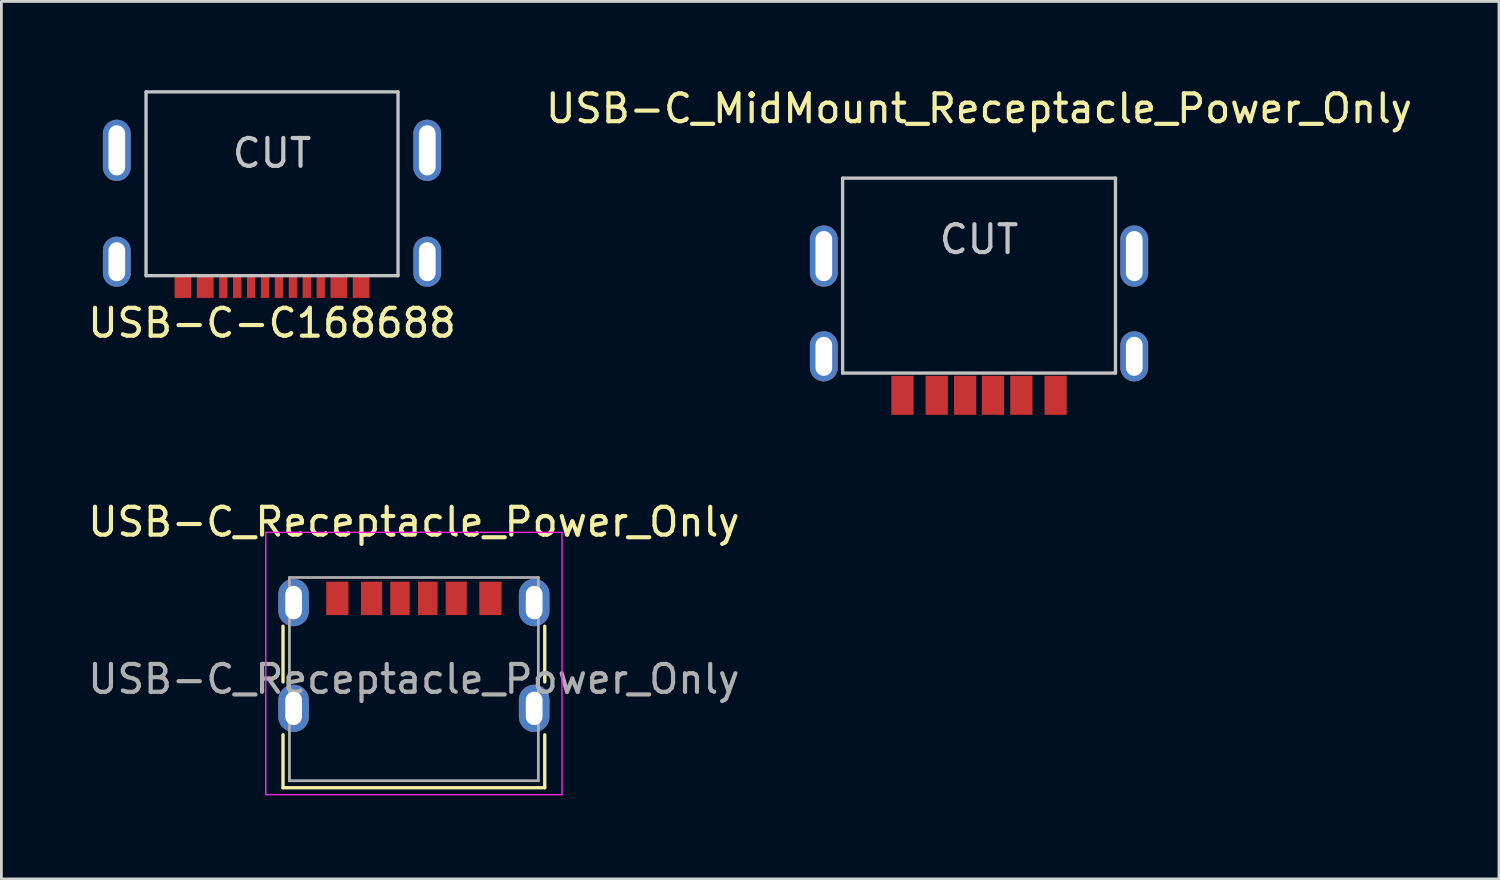
<source format=kicad_pcb>
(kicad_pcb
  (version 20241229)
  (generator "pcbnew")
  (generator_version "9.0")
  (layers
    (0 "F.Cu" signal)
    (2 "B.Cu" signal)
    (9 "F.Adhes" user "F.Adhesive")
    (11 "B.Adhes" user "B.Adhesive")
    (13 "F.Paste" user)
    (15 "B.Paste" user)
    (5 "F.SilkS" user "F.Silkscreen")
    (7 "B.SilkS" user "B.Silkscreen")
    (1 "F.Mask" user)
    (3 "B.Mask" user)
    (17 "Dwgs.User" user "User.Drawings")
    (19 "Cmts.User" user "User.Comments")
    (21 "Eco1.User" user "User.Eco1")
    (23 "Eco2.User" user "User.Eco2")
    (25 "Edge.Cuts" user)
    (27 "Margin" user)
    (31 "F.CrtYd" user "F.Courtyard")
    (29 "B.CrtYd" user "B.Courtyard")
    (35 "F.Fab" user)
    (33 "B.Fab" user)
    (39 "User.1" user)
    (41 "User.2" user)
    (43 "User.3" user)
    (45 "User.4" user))
  (footprint "USB-C_MidMount_Receptacle_Power_Only"
    (layer "F.Cu")
    (at 32.113 3.348)
    (property "Reference" "USB-C_MidMount_Receptacle_Power_Only" (at 0 -2.5 0) (layer "F.SilkS") (effects (font (size 1 1) (thickness 0.15))))
    (attr through_hole)
    (fp_line (start -4.9 0) (end -4.9 7) (stroke (width 0.12) (type solid)) (layer "Dwgs.User"))
    (fp_line (start -4.9 0) (end 4.9 0) (stroke (width 0.12) (type solid)) (layer "Dwgs.User"))
    (fp_line (start -4.9 7) (end 4.9 7) (stroke (width 0.12) (type solid)) (layer "Dwgs.User"))
    (fp_line (start 4.9 0) (end 4.9 7) (stroke (width 0.12) (type solid)) (layer "Dwgs.User"))
    (fp_text user "CUT" (at 0 2.2 0) (layer "Dwgs.User") (effects (font (size 1 1) (thickness 0.15))))
    (pad "A1" smd rect (at 2.75 7.8 180) (size 0.8 1.4) (layers "F.Cu" "F.Mask" "F.Paste"))
    (pad "A4" smd rect (at 1.52 7.8 180) (size 0.8 1.4) (layers "F.Cu" "F.Mask" "F.Paste"))
    (pad "A5" smd rect (at 0.5 7.8 180) (size 0.8 1.4) (layers "F.Cu" "F.Mask" "F.Paste"))
    (pad "A9" smd rect (at -1.52 7.8) (size 0.8 1.4) (layers "F.Cu" "F.Mask" "F.Paste"))
    (pad "A12" smd rect (at -2.75 7.8) (size 0.8 1.4) (layers "F.Cu" "F.Mask" "F.Paste"))
    (pad "B5" smd rect (at -0.5 7.8) (size 0.8 1.4) (layers "F.Cu" "F.Mask" "F.Paste"))
    (pad "S1" thru_hole oval (at -5.575 2.8) (size 1 2.2) (drill oval 0.6 1.8) (layers "*.Cu" "*.Mask"))
    (pad "S1" thru_hole oval (at -5.575 6.4) (size 1 1.8) (drill oval 0.6 1.4) (layers "*.Cu" "*.Mask"))
    (pad "S1" thru_hole oval (at 5.575 2.8) (size 1 2.2) (drill oval 0.6 1.8) (layers "*.Cu" "*.Mask"))
    (pad "S1" thru_hole oval (at 5.575 6.4) (size 1 1.8) (drill oval 0.6 1.4) (layers "*.Cu" "*.Mask")))
  (footprint "USB-C_Receptacle_Power_Only"
    (layer "F.Cu")
    (at 11.815 21.341)
    (property "Reference" "USB-C_Receptacle_Power_Only" (at 0 -5.645 0) (layer "F.SilkS") (effects (font (size 1 1) (thickness 0.15))))
    (attr smd)
    (fp_line (start -4.7 -1.9) (end -4.7 0.1) (stroke (width 0.12) (type solid)) (layer "F.SilkS"))
    (fp_line (start -4.7 2) (end -4.7 3.9) (stroke (width 0.12) (type solid)) (layer "F.SilkS"))
    (fp_line (start -4.7 3.9) (end 4.7 3.9) (stroke (width 0.12) (type solid)) (layer "F.SilkS"))
    (fp_line (start 4.7 -1.9) (end 4.7 0.1) (stroke (width 0.12) (type solid)) (layer "F.SilkS"))
    (fp_line (start 4.7 2) (end 4.7 3.9) (stroke (width 0.12) (type solid)) (layer "F.SilkS"))
    (fp_line (start -5.32 -5.27) (end -5.32 4.15) (stroke (width 0.05) (type solid)) (layer "F.CrtYd"))
    (fp_line (start -5.32 -5.27) (end 5.32 -5.27) (stroke (width 0.05) (type solid)) (layer "F.CrtYd"))
    (fp_line (start -5.32 4.15) (end 5.32 4.15) (stroke (width 0.05) (type solid)) (layer "F.CrtYd"))
    (fp_line (start 5.32 -5.27) (end 5.32 4.15) (stroke (width 0.05) (type solid)) (layer "F.CrtYd"))
    (fp_line (start -4.47 -3.65) (end -4.47 3.65) (stroke (width 0.1) (type solid)) (layer "F.Fab"))
    (fp_line (start -4.47 -3.65) (end 4.47 -3.65) (stroke (width 0.1) (type solid)) (layer "F.Fab"))
    (fp_line (start -4.47 3.65) (end 4.47 3.65) (stroke (width 0.1) (type solid)) (layer "F.Fab"))
    (fp_line (start 4.47 -3.65) (end 4.47 3.65) (stroke (width 0.1) (type solid)) (layer "F.Fab"))
    (fp_text user "${REFERENCE}" (at 0 0 0) (layer "F.Fab") (effects (font (size 1 1) (thickness 0.15))))
    (pad "A5" smd rect (at -0.5 -2.9) (size 0.7 1.2) (layers "F.Cu" "F.Mask" "F.Paste"))
    (pad "A9" smd rect (at 1.52 -2.9) (size 0.76 1.2) (layers "F.Cu" "F.Mask" "F.Paste"))
    (pad "A12" smd rect (at 2.75 -2.9) (size 0.8 1.2) (layers "F.Cu" "F.Mask" "F.Paste"))
    (pad "B5" smd rect (at 0.5 -2.9) (size 0.7 1.2) (layers "F.Cu" "F.Mask" "F.Paste"))
    (pad "B9" smd rect (at -1.52 -2.9) (size 0.76 1.2) (layers "F.Cu" "F.Mask" "F.Paste"))
    (pad "B12" smd rect (at -2.75 -2.9) (size 0.8 1.2) (layers "F.Cu" "F.Mask" "F.Paste"))
    (pad "S1" thru_hole oval (at -4.32 -2.75 180) (size 1.1 1.7) (drill oval 0.6 1.2) (layers "*.Cu" "*.Mask"))
    (pad "S1" thru_hole oval (at -4.32 1.05 180) (size 1.1 1.7) (drill oval 0.6 1.2) (layers "*.Cu" "*.Mask"))
    (pad "S1" thru_hole oval (at 4.32 -2.75) (size 1.1 1.7) (drill oval 0.6 1.2) (layers "*.Cu" "*.Mask"))
    (pad "S1" thru_hole oval (at 4.32 1.05) (size 1.1 1.7) (drill oval 0.6 1.2) (layers "*.Cu" "*.Mask")))
  (footprint "USB-C-C168688"
    (layer "F.Cu")
    (at 6.72 0.25)
    (property "Reference" "USB-C-C168688" (at 0 8.3 0) (layer "F.SilkS") (effects (font (size 1 1) (thickness 0.15))))
    (attr through_hole)
    (fp_line (start -4.525 0) (end -4.525 6.6) (stroke (width 0.12) (type solid)) (layer "Dwgs.User"))
    (fp_line (start -4.525 0) (end 4.525 0) (stroke (width 0.12) (type solid)) (layer "Dwgs.User"))
    (fp_line (start -4.525 6.6) (end 4.525 6.6) (stroke (width 0.12) (type solid)) (layer "Dwgs.User"))
    (fp_line (start 4.525 0) (end 4.525 6.6) (stroke (width 0.12) (type solid)) (layer "Dwgs.User"))
    (fp_text user "CUT" (at 0 2.2 0) (layer "Dwgs.User") (effects (font (size 1 1) (thickness 0.15))))
    (pad "A1" smd rect (at -3.2 7) (size 0.6 0.8) (layers "F.Cu" "F.Mask" "F.Paste"))
    (pad "A1" smd rect (at 3.2 7) (size 0.6 0.8) (layers "F.Cu" "F.Mask" "F.Paste"))
    (pad "A4" smd rect (at -2.4 7) (size 0.6 0.8) (layers "F.Cu" "F.Mask" "F.Paste"))
    (pad "A4" smd rect (at 2.4 7) (size 0.6 0.8) (layers "F.Cu" "F.Mask" "F.Paste"))
    (pad "A5" smd rect (at 1.25 7) (size 0.3 0.8) (layers "F.Cu" "F.Mask" "F.Paste"))
    (pad "A6" smd rect (at 0.25 7) (size 0.3 0.8) (layers "F.Cu" "F.Mask" "F.Paste"))
    (pad "A7" smd rect (at -0.25 7) (size 0.3 0.8) (layers "F.Cu" "F.Mask" "F.Paste"))
    (pad "A8" smd rect (at -1.25 7) (size 0.3 0.8) (layers "F.Cu" "F.Mask" "F.Paste"))
    (pad "B5" smd rect (at -1.75 7) (size 0.3 0.8) (layers "F.Cu" "F.Mask" "F.Paste"))
    (pad "B6" smd rect (at -0.75 7) (size 0.3 0.8) (layers "F.Cu" "F.Mask" "F.Paste"))
    (pad "B7" smd rect (at 0.75 7) (size 0.3 0.8) (layers "F.Cu" "F.Mask" "F.Paste"))
    (pad "B8" smd rect (at 1.75 7) (size 0.3 0.8) (layers "F.Cu" "F.Mask" "F.Paste"))
    (pad "S1" thru_hole oval (at -5.575 2.1) (size 1 2.2) (drill oval 0.6 1.8) (layers "*.Cu" "*.Mask"))
    (pad "S1" thru_hole oval (at -5.575 6.1) (size 1 1.8) (drill oval 0.6 1.4) (layers "*.Cu" "*.Mask"))
    (pad "S1" thru_hole oval (at 5.575 2.1) (size 1 2.2) (drill oval 0.6 1.8) (layers "*.Cu" "*.Mask"))
    (pad "S1" thru_hole oval (at 5.575 6.1) (size 1 1.8) (drill oval 0.6 1.4) (layers "*.Cu" "*.Mask")))
  (gr_rect
    (start -3 -3)
    (end 50.786 28.517)
    (stroke (width 0.1) (type default))
    (fill no)
    (layer "Edge.Cuts")))
</source>
